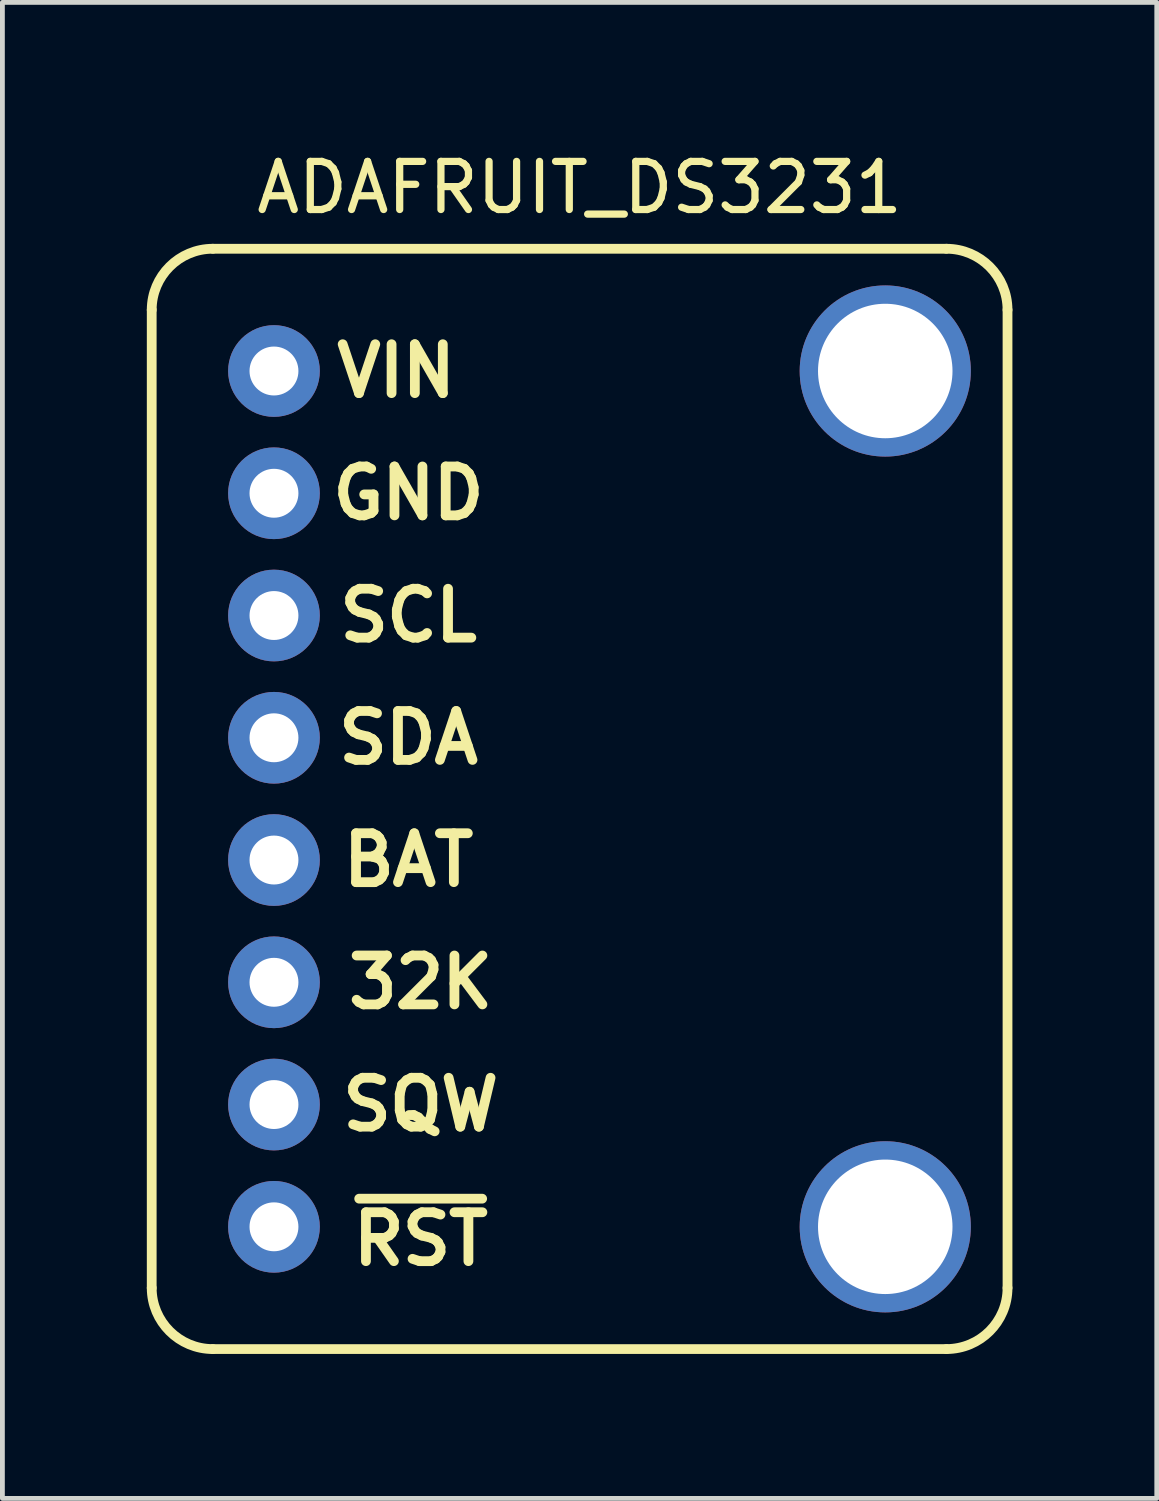
<source format=kicad_pcb>
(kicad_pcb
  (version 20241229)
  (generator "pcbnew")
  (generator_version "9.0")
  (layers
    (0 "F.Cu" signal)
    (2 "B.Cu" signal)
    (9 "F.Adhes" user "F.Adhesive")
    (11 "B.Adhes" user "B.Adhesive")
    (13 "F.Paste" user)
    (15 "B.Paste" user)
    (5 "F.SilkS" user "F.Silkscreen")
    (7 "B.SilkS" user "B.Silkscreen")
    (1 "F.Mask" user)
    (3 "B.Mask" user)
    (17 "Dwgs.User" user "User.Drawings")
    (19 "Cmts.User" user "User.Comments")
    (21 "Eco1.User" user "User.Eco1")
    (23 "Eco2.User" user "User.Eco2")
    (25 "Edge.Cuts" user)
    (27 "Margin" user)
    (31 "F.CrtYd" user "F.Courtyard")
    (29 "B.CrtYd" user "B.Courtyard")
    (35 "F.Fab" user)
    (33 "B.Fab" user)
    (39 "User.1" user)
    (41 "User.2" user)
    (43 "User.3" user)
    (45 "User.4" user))
  (footprint "ADAFRUIT_DS3231"
    (layer "F.Cu")
    (at 2.642 13.548)
    (property "Reference" "ADAFRUIT_DS3231" (at 6.35 -12.7 0) (layer "F.SilkS") (effects (font (size 1 1) (thickness 0.15))))
    (attr through_hole)
    (fp_line (start -2.54 10.16) (end -2.54 -10.16) (stroke (width 0.203) (type solid)) (layer "F.SilkS"))
    (fp_line (start -1.27 -11.43) (end 13.97 -11.43) (stroke (width 0.203) (type solid)) (layer "F.SilkS"))
    (fp_line (start 13.97 11.43) (end -1.27 11.43) (stroke (width 0.203) (type solid)) (layer "F.SilkS"))
    (fp_line (start 15.24 -10.16) (end 15.24 10.16) (stroke (width 0.203) (type solid)) (layer "F.SilkS"))
    (fp_arc (start -2.54 -10.16) (mid -2.168026 -11.058026) (end -1.27 -11.43) (stroke (width 0.2032) (type solid)) (layer "F.SilkS"))
    (fp_arc (start -1.27 11.43) (mid -2.168026 11.058026) (end -2.54 10.16) (stroke (width 0.2032) (type solid)) (layer "F.SilkS"))
    (fp_arc (start 13.97 -11.43) (mid 14.868026 -11.058026) (end 15.24 -10.16) (stroke (width 0.2032) (type solid)) (layer "F.SilkS"))
    (fp_arc (start 15.24 10.16) (mid 14.868026 11.058026) (end 13.97 11.43) (stroke (width 0.2032) (type solid)) (layer "F.SilkS"))
    (fp_text user "GND" (at 2.794 -6.35 0) (layer "F.SilkS") (effects (font (size 1.016 1.016) (thickness 0.203))))
    (fp_text user "SCL" (at 2.794 -3.81 0) (layer "F.SilkS") (effects (font (size 1.016 1.016) (thickness 0.203))))
    (fp_text user "SDA" (at 2.794 -1.27 0) (layer "F.SilkS") (effects (font (size 1.016 1.016) (thickness 0.203))))
    (fp_text user "VIN" (at 2.54 -8.89 0) (layer "F.SilkS") (effects (font (size 1.016 1.016) (thickness 0.203))))
    (fp_text user "32K" (at 3.048 3.81 0) (layer "F.SilkS") (effects (font (size 1.016 1.016) (thickness 0.203))))
    (fp_text user "SQW" (at 3.048 6.35 0) (layer "F.SilkS") (effects (font (size 1.016 1.016) (thickness 0.203))))
    (fp_text user "~{RST}" (at 3.048 9.144 0) (layer "F.SilkS") (effects (font (size 1.016 1.016) (thickness 0.203))))
    (fp_text user "BAT" (at 2.794 1.27 0) (layer "F.SilkS") (effects (font (size 1.016 1.016) (thickness 0.203))))
    (pad "" thru_hole circle (at 12.7 -8.89) (size 3.556 3.556) (drill 2.794) (layers "*.Cu" "*.Mask"))
    (pad "" thru_hole circle (at 12.7 8.89) (size 3.556 3.556) (drill 2.794) (layers "*.Cu" "*.Mask"))
    (pad "1" thru_hole circle (at 0 -8.89) (size 1.905 1.905) (drill 1.016) (layers "*.Cu" "*.Mask"))
    (pad "2" thru_hole circle (at 0 -6.35) (size 1.905 1.905) (drill 1.016) (layers "*.Cu" "*.Mask"))
    (pad "3" thru_hole circle (at 0 -3.81) (size 1.905 1.905) (drill 1.016) (layers "*.Cu" "*.Mask"))
    (pad "4" thru_hole circle (at 0 -1.27) (size 1.905 1.905) (drill 1.016) (layers "*.Cu" "*.Mask"))
    (pad "5" thru_hole circle (at 0 1.27) (size 1.905 1.905) (drill 1.016) (layers "*.Cu" "*.Mask"))
    (pad "6" thru_hole circle (at 0 3.81) (size 1.905 1.905) (drill 1.016) (layers "*.Cu" "*.Mask"))
    (pad "7" thru_hole circle (at 0 6.35) (size 1.905 1.905) (drill 1.016) (layers "*.Cu" "*.Mask"))
    (pad "8" thru_hole circle (at 0 8.89) (size 1.905 1.905) (drill 1.016) (layers "*.Cu" "*.Mask")))
  (gr_rect
    (start -3 -3)
    (end 20.983 28.08)
    (stroke (width 0.1) (type default))
    (fill no)
    (layer "Edge.Cuts")))
</source>
